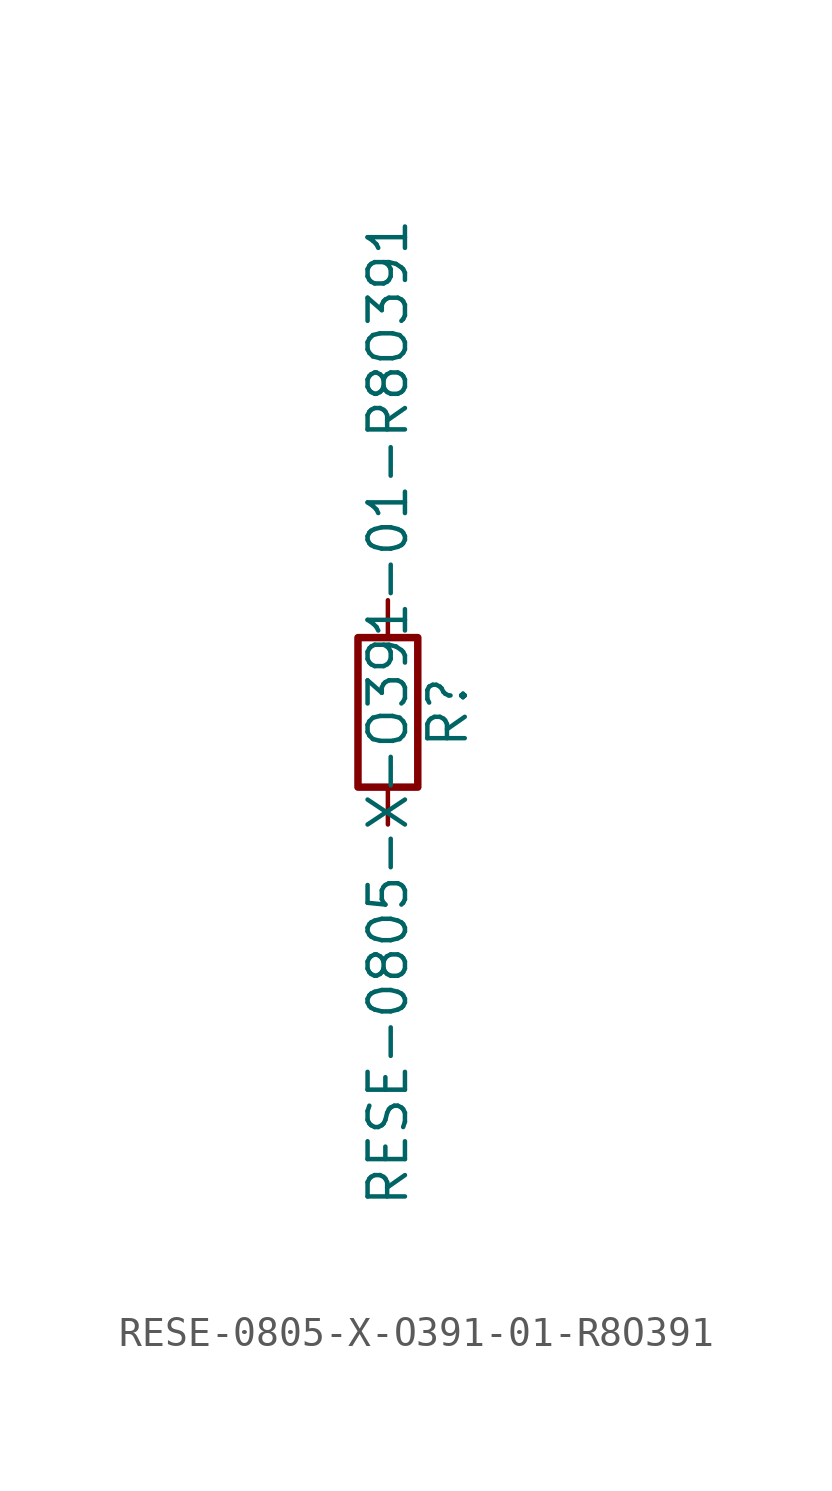
<source format=kicad_sym>
(kicad_symbol_lib
  (version 20211014)
  (generator kicad_symbol_editor)
  (symbol "RESE-0805-X-O391-01-R8O391"
    (pin_numbers hide)
    (pin_names
      (offset 0))
    (property "Reference" "R"
      (at 2.032 0 90)
      (effects (font (size 1.27 1.27))))
    (property "Value" "RESE-0805-X-O391-01-R8O391"
      (at 0 0 90)
      (effects (font (size 1.27 1.27))))
    (symbol "RESE-0805-X-O391-01-R8O391_0_1"
      (rectangle (start -1.016 -2.54) (end 1.016 2.54) (stroke (width 0.254) (type default) (color 0 0 0 0)) (fill (type none))))
    (symbol "RESE-0805-X-O391-01-R8O391_1_1"
      (pin passive line (at 0 3.81 270) (length 1.27) (name "~" (effects (font (size 1.27 1.27)))) (number "1" (effects (font (size 1.27 1.27)))))
      (pin passive line (at 0 -3.81 90) (length 1.27) (name "~" (effects (font (size 1.27 1.27)))) (number "2" (effects (font (size 1.27 1.27))))))))
</source>
